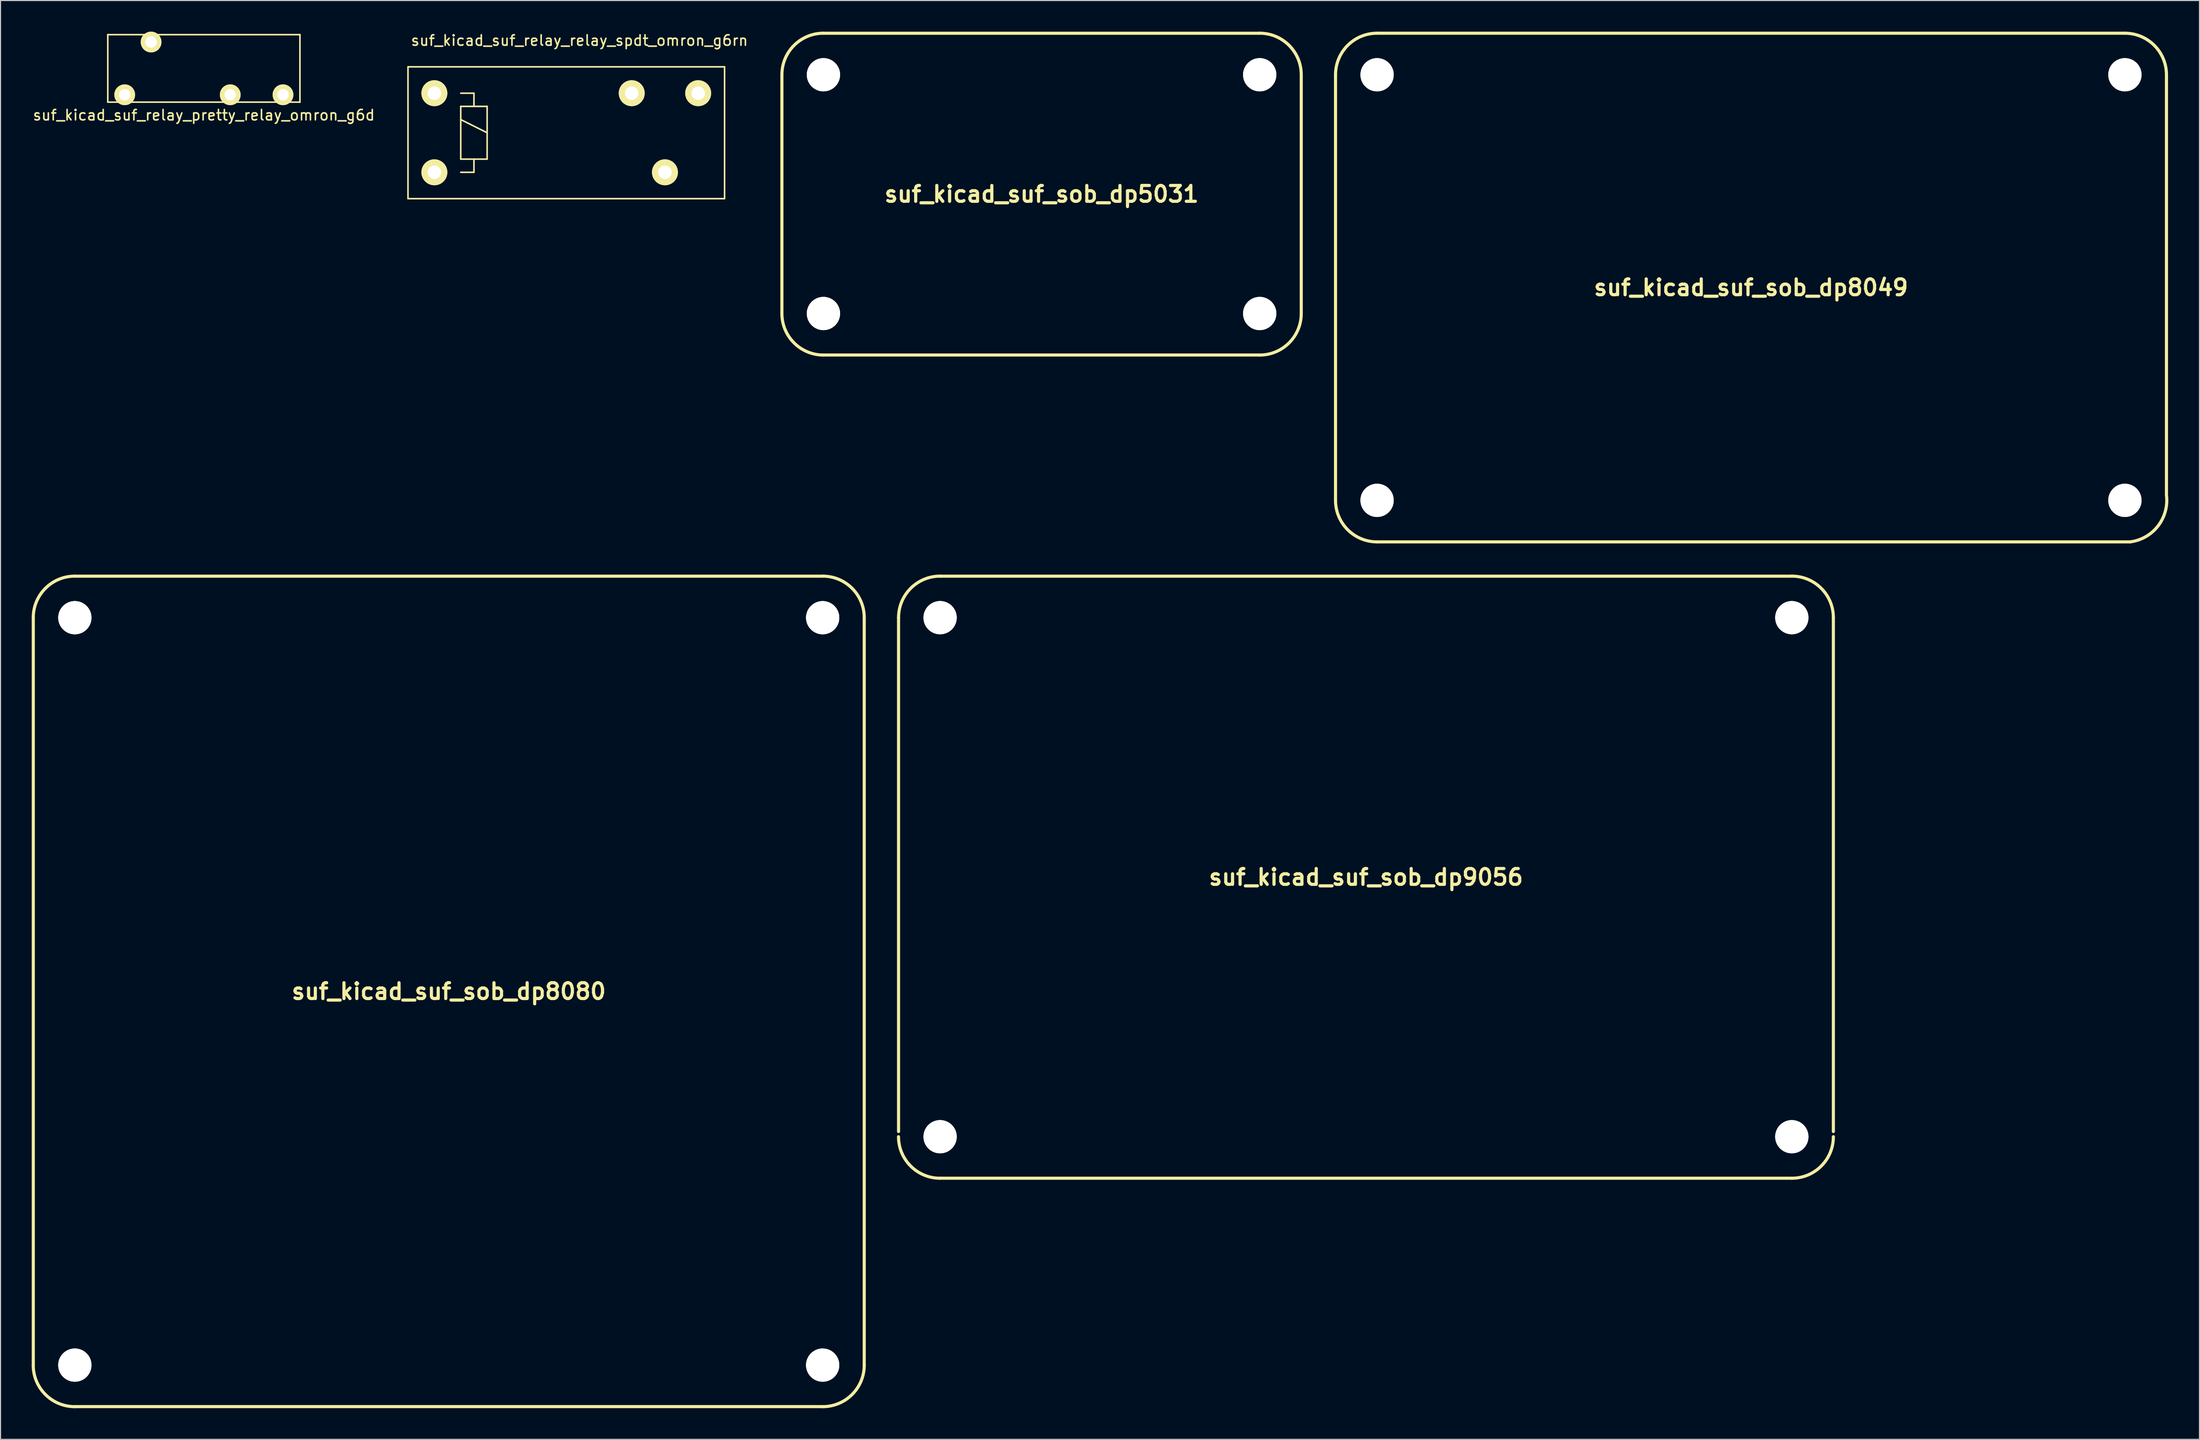
<source format=kicad_pcb>
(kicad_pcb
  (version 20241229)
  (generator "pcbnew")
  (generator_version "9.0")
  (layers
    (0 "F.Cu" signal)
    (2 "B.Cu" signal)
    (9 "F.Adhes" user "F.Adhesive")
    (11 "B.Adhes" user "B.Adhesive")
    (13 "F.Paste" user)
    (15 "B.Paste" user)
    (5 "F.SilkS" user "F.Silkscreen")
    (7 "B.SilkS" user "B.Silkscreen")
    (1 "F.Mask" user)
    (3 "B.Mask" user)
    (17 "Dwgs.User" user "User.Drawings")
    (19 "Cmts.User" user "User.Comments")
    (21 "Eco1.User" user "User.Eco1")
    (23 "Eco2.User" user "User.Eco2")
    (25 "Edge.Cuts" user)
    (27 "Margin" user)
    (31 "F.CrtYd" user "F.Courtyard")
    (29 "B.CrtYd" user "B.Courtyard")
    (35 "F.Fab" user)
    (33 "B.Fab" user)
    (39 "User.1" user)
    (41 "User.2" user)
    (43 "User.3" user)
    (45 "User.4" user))
  (footprint "suf_kicad_suf_sob_dp9056"
    (layer "F.Cu")
    (at 128.461 81.453)
    (property "Reference" "suf_kicad_suf_sob_dp9056" (at 0 0 0) (layer "F.SilkS") (effects (font (size 1.524 1.524) (thickness 0.305))))
    (attr through_hole)
    (fp_line (start -45.001 24.501) (end -45.001 -25.001) (stroke (width 0.3) (type solid)) (layer "F.SilkS"))
    (fp_line (start -41.001 -28.999) (end 41.001 -28.999) (stroke (width 0.3) (type solid)) (layer "F.SilkS"))
    (fp_line (start -41.001 28.999) (end 41.001 28.999) (stroke (width 0.3) (type solid)) (layer "F.SilkS"))
    (fp_line (start 45.001 24.501) (end 45.001 -25.001) (stroke (width 0.3) (type solid)) (layer "F.SilkS"))
    (fp_arc (start -45.00118 -25.00122) (mid -43.829461 -27.830001) (end -41.00068 -29.00172) (stroke (width 0.29972) (type solid)) (layer "F.SilkS"))
    (fp_arc (start -41.00322 29.00172) (mid -43.832001 27.830001) (end -45.00372 25.00122) (stroke (width 0.29972) (type solid)) (layer "F.SilkS"))
    (fp_arc (start 41.00068 -29.00172) (mid 43.829461 -27.830001) (end 45.00118 -25.00122) (stroke (width 0.29972) (type solid)) (layer "F.SilkS"))
    (fp_arc (start 45.00118 25.00122) (mid 43.829461 27.830001) (end 41.00068 29.00172) (stroke (width 0.29972) (type solid)) (layer "F.SilkS"))
    (pad "" thru_hole circle (at -41.001 -25.001) (size 3.2 3.2) (drill 3.2) (layers "*.Cu" "*.Mask" "F.SilkS"))
    (pad "" thru_hole circle (at -41.001 25.001) (size 3.2 3.2) (drill 3.2) (layers "*.Cu" "*.Mask" "F.SilkS"))
    (pad "" thru_hole circle (at 41.001 -25.001) (size 3.2 3.2) (drill 3.2) (layers "*.Cu" "*.Mask" "F.SilkS"))
    (pad "" thru_hole circle (at 41.001 25.001) (size 3.2 3.2) (drill 3.2) (layers "*.Cu" "*.Mask" "F.SilkS")))
  (footprint "suf_kicad_suf_sob_dp8080"
    (layer "F.Cu")
    (at 40.155 92.454)
    (property "Reference" "suf_kicad_suf_sob_dp8080" (at 0 0 0) (layer "F.SilkS") (effects (font (size 1.524 1.524) (thickness 0.305))))
    (attr through_hole)
    (fp_line (start -40 -35.999) (end -40 35.999) (stroke (width 0.3) (type solid)) (layer "F.SilkS"))
    (fp_line (start -35.999 -40) (end 35.999 -40) (stroke (width 0.3) (type solid)) (layer "F.SilkS"))
    (fp_line (start -35.999 40) (end 35.999 40) (stroke (width 0.3) (type solid)) (layer "F.SilkS"))
    (fp_line (start 40 -35.999) (end 40 35.999) (stroke (width 0.3) (type solid)) (layer "F.SilkS"))
    (fp_arc (start -40.00246 -36.00196) (mid -38.830741 -38.830741) (end -36.00196 -40.00246) (stroke (width 0.29972) (type solid)) (layer "F.SilkS"))
    (fp_arc (start -36.0045 40.005) (mid -38.833281 38.833281) (end -40.005 36.0045) (stroke (width 0.29972) (type solid)) (layer "F.SilkS"))
    (fp_arc (start 36.00196 -40.00246) (mid 38.830741 -38.830741) (end 40.00246 -36.00196) (stroke (width 0.29972) (type solid)) (layer "F.SilkS"))
    (fp_arc (start 40.00246 36.0045) (mid 38.830741 38.833281) (end 36.00196 40.005) (stroke (width 0.29972) (type solid)) (layer "F.SilkS"))
    (pad "" thru_hole circle (at -35.999 -35.999) (size 3.2 3.2) (drill 3.2) (layers "*.Cu" "*.Mask" "F.SilkS"))
    (pad "" thru_hole circle (at -35.999 36.002) (size 3.2 3.2) (drill 3.2) (layers "*.Cu" "*.Mask" "F.SilkS"))
    (pad "" thru_hole circle (at 35.999 -35.999) (size 3.2 3.2) (drill 3.2) (layers "*.Cu" "*.Mask" "F.SilkS"))
    (pad "" thru_hole circle (at 35.999 36.002) (size 3.2 3.2) (drill 3.2) (layers "*.Cu" "*.Mask" "F.SilkS")))
  (footprint "suf_kicad_suf_sob_dp5031"
    (layer "F.Cu")
    (at 97.23 15.651)
    (property "Reference" "suf_kicad_suf_sob_dp5031" (at 0 0 0) (layer "F.SilkS") (effects (font (size 1.524 1.524) (thickness 0.305))))
    (attr through_hole)
    (fp_line (start -25.001 11.501) (end -25.001 -11.501) (stroke (width 0.3) (type solid)) (layer "F.SilkS"))
    (fp_line (start 21.001 -15.499) (end -21.001 -15.499) (stroke (width 0.3) (type solid)) (layer "F.SilkS"))
    (fp_line (start 21.001 15.499) (end -21.001 15.499) (stroke (width 0.3) (type solid)) (layer "F.SilkS"))
    (fp_line (start 25.001 -11.501) (end 25.001 11.501) (stroke (width 0.3) (type solid)) (layer "F.SilkS"))
    (fp_arc (start -25.00122 -11.50112) (mid -23.829501 -14.329901) (end -21.00072 -15.50162) (stroke (width 0.29972) (type solid)) (layer "F.SilkS"))
    (fp_arc (start -21.00072 15.50162) (mid -23.829501 14.329901) (end -25.00122 11.50112) (stroke (width 0.29972) (type solid)) (layer "F.SilkS"))
    (fp_arc (start 21.00072 -15.50162) (mid 23.829501 -14.329901) (end 25.00122 -11.50112) (stroke (width 0.29972) (type solid)) (layer "F.SilkS"))
    (fp_arc (start 25.00122 11.50112) (mid 23.829501 14.329901) (end 21.00072 15.50162) (stroke (width 0.29972) (type solid)) (layer "F.SilkS"))
    (pad "" thru_hole circle (at -21.001 -11.501) (size 3.2 3.2) (drill 3.2) (layers "*.Cu" "*.Mask" "F.SilkS"))
    (pad "" thru_hole circle (at -21.001 11.501) (size 3.2 3.2) (drill 3.2) (layers "*.Cu" "*.Mask" "F.SilkS"))
    (pad "" thru_hole circle (at 21.001 -11.501) (size 3.2 3.2) (drill 3.2) (layers "*.Cu" "*.Mask" "F.SilkS"))
    (pad "" thru_hole circle (at 21.001 11.501) (size 3.2 3.2) (drill 3.2) (layers "*.Cu" "*.Mask" "F.SilkS")))
  (footprint "suf_kicad_suf_relay_pretty_relay_omron_g6d"
    (layer "F.Cu")
    (at 16.577 3.54)
    (property "Reference" "suf_kicad_suf_relay_pretty_relay_omron_g6d" (at 0 4.5 0) (layer "F.SilkS") (effects (font (size 1 1) (thickness 0.15))))
    (attr through_hole)
    (fp_line (start -9.25 -3.25) (end -9.25 3.25) (stroke (width 0.15) (type solid)) (layer "F.SilkS"))
    (fp_line (start -9.25 3.25) (end 9.25 3.25) (stroke (width 0.15) (type solid)) (layer "F.SilkS"))
    (fp_line (start 9.25 -3.25) (end -9.25 -3.25) (stroke (width 0.15) (type solid)) (layer "F.SilkS"))
    (fp_line (start 9.25 3.25) (end 9.25 -3.25) (stroke (width 0.15) (type solid)) (layer "F.SilkS"))
    (pad "1" thru_hole circle (at -7.62 2.54) (size 2 2) (drill 1.1) (layers "*.Cu" "*.Mask" "F.SilkS"))
    (pad "5" thru_hole circle (at 2.54 2.54) (size 2 2) (drill 1.1) (layers "*.Cu" "*.Mask" "F.SilkS"))
    (pad "7" thru_hole circle (at 7.62 2.54) (size 2 2) (drill 1.1) (layers "*.Cu" "*.Mask" "F.SilkS"))
    (pad "13" thru_hole circle (at -5.08 -2.54) (size 2 2) (drill 1.1) (layers "*.Cu" "*.Mask" "F.SilkS")))
  (footprint "suf_kicad_suf_sob_dp8049"
    (layer "F.Cu")
    (at 165.531 24.651)
    (property "Reference" "suf_kicad_suf_sob_dp8049" (at 0 0 0) (layer "F.SilkS") (effects (font (size 1.524 1.524) (thickness 0.305))))
    (attr through_hole)
    (fp_line (start -40 -20.5) (end -40 20.5) (stroke (width 0.3) (type solid)) (layer "F.SilkS"))
    (fp_line (start -35.999 -24.501) (end 35.999 -24.501) (stroke (width 0.3) (type solid)) (layer "F.SilkS"))
    (fp_line (start -35.999 24.501) (end 36.5 24.501) (stroke (width 0.3) (type solid)) (layer "F.SilkS"))
    (fp_line (start 40 -20.5) (end 40 20) (stroke (width 0.3) (type solid)) (layer "F.SilkS"))
    (fp_arc (start -39.99992 -20.50034) (mid -38.828201 -23.329121) (end -35.99942 -24.50084) (stroke (width 0.29972) (type solid)) (layer "F.SilkS"))
    (fp_arc (start -35.99942 24.50084) (mid -38.828201 23.329121) (end -39.99992 20.50034) (stroke (width 0.29972) (type solid)) (layer "F.SilkS"))
    (fp_arc (start 35.99942 -24.50084) (mid 38.828201 -23.329121) (end 39.99992 -20.50034) (stroke (width 0.29972) (type solid)) (layer "F.SilkS"))
    (fp_arc (start 39.99992 19.99996) (mid 39.182023 22.975299) (end 36.4998 24.50084) (stroke (width 0.29972) (type solid)) (layer "F.SilkS"))
    (pad "" thru_hole circle (at -35.999 -20.5) (size 3.2 3.2) (drill 3.2) (layers "*.Cu" "*.Mask" "F.SilkS"))
    (pad "" thru_hole circle (at -35.999 20.5) (size 3.2 3.2) (drill 3.2) (layers "*.Cu" "*.Mask" "F.SilkS"))
    (pad "" thru_hole circle (at 35.999 -20.5) (size 3.2 3.2) (drill 3.2) (layers "*.Cu" "*.Mask" "F.SilkS"))
    (pad "" thru_hole circle (at 35.999 20.5) (size 3.2 3.2) (drill 3.2) (layers "*.Cu" "*.Mask" "F.SilkS")))
  (footprint "suf_kicad_suf_relay_relay_spdt_omron_g6rn"
    (layer "F.Cu")
    (at 38.77 13.548)
    (property "Reference" "suf_kicad_suf_relay_relay_spdt_omron_g6rn" (at 13.97 -12.7 0) (layer "F.SilkS") (effects (font (size 1 1) (thickness 0.15))))
    (attr through_hole)
    (fp_line (start -2.54 -10.16) (end 27.94 -10.16) (stroke (width 0.15) (type solid)) (layer "F.SilkS"))
    (fp_line (start -2.54 2.54) (end -2.54 -10.16) (stroke (width 0.15) (type solid)) (layer "F.SilkS"))
    (fp_line (start 2.54 -7.62) (end 3.81 -7.62) (stroke (width 0.15) (type solid)) (layer "F.SilkS"))
    (fp_line (start 2.54 -6.35) (end 3.81 -6.35) (stroke (width 0.15) (type solid)) (layer "F.SilkS"))
    (fp_line (start 2.54 -5.08) (end 5.08 -3.81) (stroke (width 0.15) (type solid)) (layer "F.SilkS"))
    (fp_line (start 2.54 -1.27) (end 2.54 -6.35) (stroke (width 0.15) (type solid)) (layer "F.SilkS"))
    (fp_line (start 3.81 -7.62) (end 3.81 -6.35) (stroke (width 0.15) (type solid)) (layer "F.SilkS"))
    (fp_line (start 3.81 -6.35) (end 5.08 -6.35) (stroke (width 0.15) (type solid)) (layer "F.SilkS"))
    (fp_line (start 3.81 -1.27) (end 3.81 0) (stroke (width 0.15) (type solid)) (layer "F.SilkS"))
    (fp_line (start 3.81 0) (end 2.54 0) (stroke (width 0.15) (type solid)) (layer "F.SilkS"))
    (fp_line (start 5.08 -6.35) (end 5.08 -1.27) (stroke (width 0.15) (type solid)) (layer "F.SilkS"))
    (fp_line (start 5.08 -1.27) (end 2.54 -1.27) (stroke (width 0.15) (type solid)) (layer "F.SilkS"))
    (fp_line (start 27.94 -10.16) (end 27.94 2.54) (stroke (width 0.15) (type solid)) (layer "F.SilkS"))
    (fp_line (start 27.94 2.54) (end -2.54 2.54) (stroke (width 0.15) (type solid)) (layer "F.SilkS"))
    (pad "1" thru_hole circle (at 0 -7.62) (size 2.5 2.5) (drill 1.3) (layers "*.Cu" "*.Mask" "F.SilkS"))
    (pad "2" thru_hole circle (at 22.2 0) (size 2.5 2.5) (drill 1.3) (layers "*.Cu" "*.Mask" "F.SilkS"))
    (pad "3" thru_hole circle (at 25.4 -7.62) (size 2.5 2.5) (drill 1.3) (layers "*.Cu" "*.Mask" "F.SilkS"))
    (pad "4" thru_hole circle (at 19 -7.62) (size 2.5 2.5) (drill 1.3) (layers "*.Cu" "*.Mask" "F.SilkS"))
    (pad "5" thru_hole circle (at 0 0) (size 2.5 2.5) (drill 1.3) (layers "*.Cu" "*.Mask" "F.SilkS")))
  (gr_rect
    (start -3 -3)
    (end 208.712 135.609)
    (stroke (width 0.1) (type default))
    (fill no)
    (layer "Edge.Cuts")))
</source>
